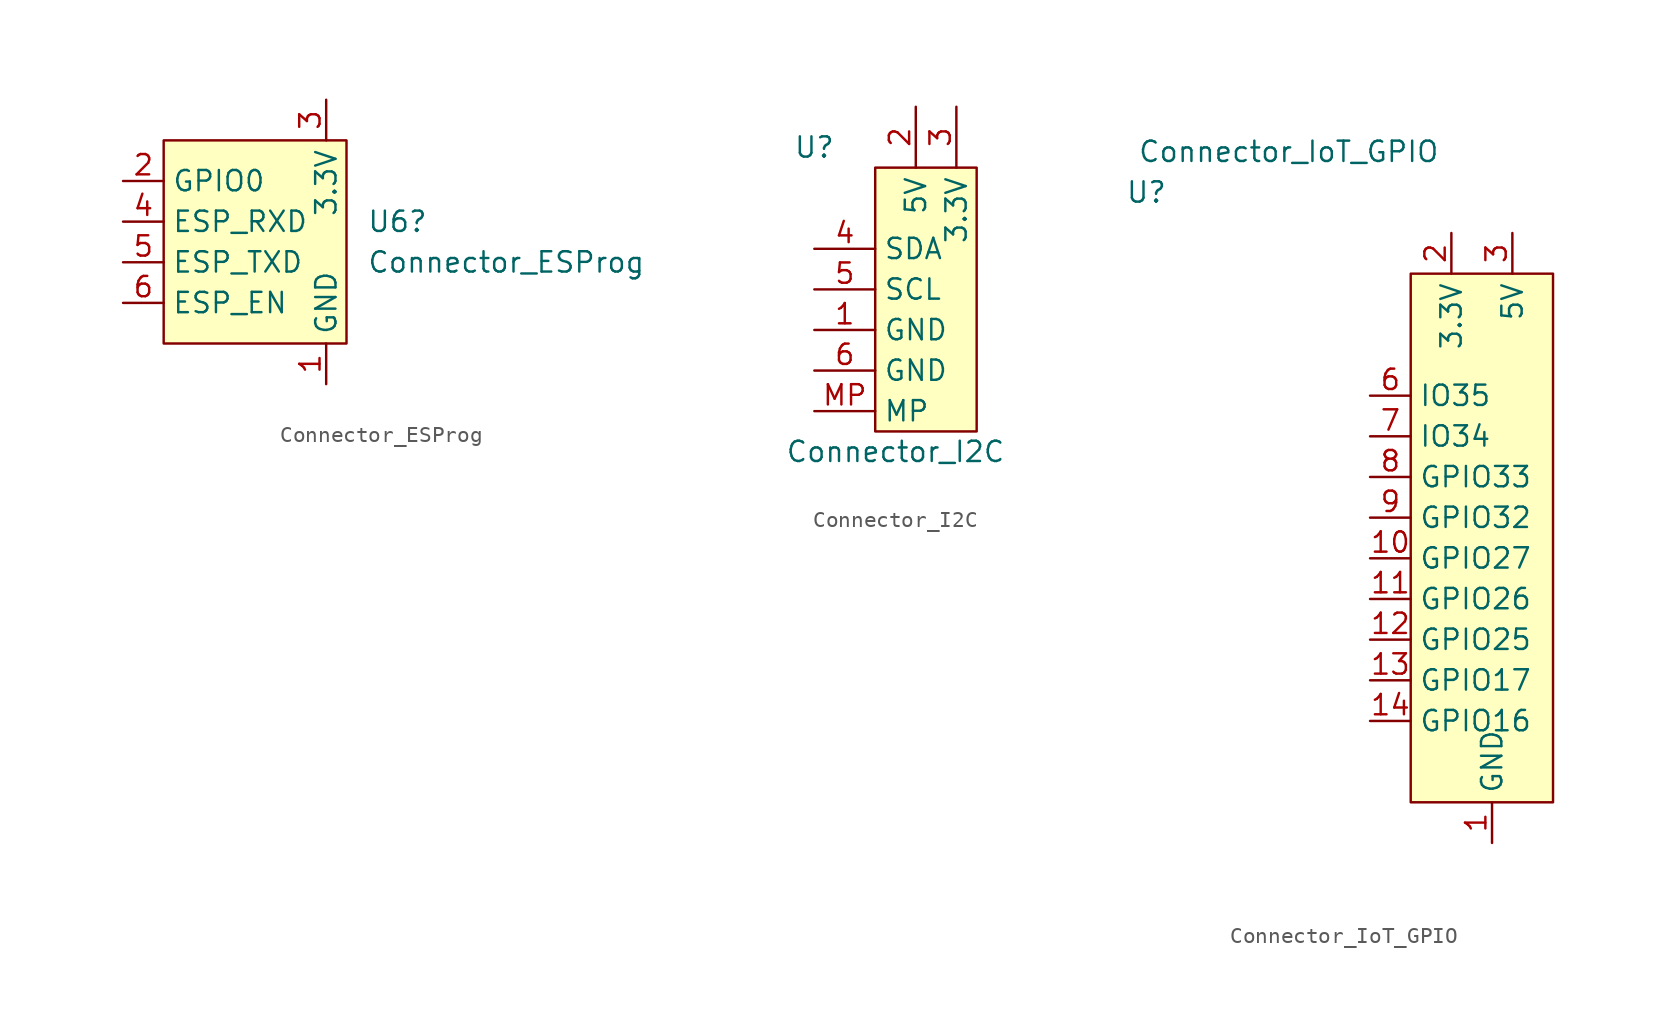
<source format=kicad_sym>
(kicad_symbol_lib
  (version 20211014)
  (generator kicad_symbol_editor)
  (symbol "Connector_ESProg"
    (property "Reference" "U6"
      (at 7.62 -8.89 0)
      (effects (font (size 1.27 1.27)) (justify left)))
    (property "Value" "Connector_ESProg"
      (at 7.62 -11.43 0)
      (effects (font (size 1.27 1.27)) (justify left)))
    (symbol "Connector_ESProg_0_1"
      (rectangle (start -5.08 -3.81) (end 6.35 -16.51) (stroke (width 0) (type default) (color 0 0 0 0)) (fill (type background))))
    (symbol "Connector_ESProg_1_1"
      (pin power_in line (at 5.08 -19.05 90) (length 2.54) (name "GND" (effects (font (size 1.27 1.27)))) (number "1" (effects (font (size 1.27 1.27)))))
      (pin bidirectional line (at -7.62 -6.35 0) (length 2.54) (name "GPIO0" (effects (font (size 1.27 1.27)))) (number "2" (effects (font (size 1.27 1.27)))))
      (pin power_in line (at 5.08 -1.27 270) (length 2.54) (name "3.3V" (effects (font (size 1.27 1.27)))) (number "3" (effects (font (size 1.27 1.27)))))
      (pin bidirectional line (at -7.62 -8.89 0) (length 2.54) (name "ESP_RXD" (effects (font (size 1.27 1.27)))) (number "4" (effects (font (size 1.27 1.27)))))
      (pin bidirectional line (at -7.62 -11.43 0) (length 2.54) (name "ESP_TXD" (effects (font (size 1.27 1.27)))) (number "5" (effects (font (size 1.27 1.27)))))
      (pin bidirectional line (at -7.62 -13.97 0) (length 2.54) (name "ESP_EN" (effects (font (size 1.27 1.27)))) (number "6" (effects (font (size 1.27 1.27)))))))
  (symbol "Connector_I2C"
    (property "Reference" "U"
      (at -5.08 1.27 0)
      (effects (font (size 1.27 1.27))))
    (property "Value" "Connector_I2C"
      (at 0 -17.78 0)
      (effects (font (size 1.27 1.27))))
    (symbol "Connector_I2C_0_1"
      (rectangle (start -1.27 0) (end 5.08 -16.51) (stroke (width 0) (type default) (color 0 0 0 0)) (fill (type background))))
    (symbol "Connector_I2C_1_1"
      (pin power_in line (at -5.08 -10.16 0) (length 3.81) (name "GND" (effects (font (size 1.27 1.27)))) (number "1" (effects (font (size 1.27 1.27)))))
      (pin power_in line (at 1.27 3.81 270) (length 3.81) (name "5V" (effects (font (size 1.27 1.27)))) (number "2" (effects (font (size 1.27 1.27)))))
      (pin power_in line (at 3.81 3.81 270) (length 3.81) (name "3.3V" (effects (font (size 1.27 1.27)))) (number "3" (effects (font (size 1.27 1.27)))))
      (pin bidirectional line (at -5.08 -5.08 0) (length 3.81) (name "SDA" (effects (font (size 1.27 1.27)))) (number "4" (effects (font (size 1.27 1.27)))))
      (pin bidirectional line (at -5.08 -7.62 0) (length 3.81) (name "SCL" (effects (font (size 1.27 1.27)))) (number "5" (effects (font (size 1.27 1.27)))))
      (pin power_in line (at -5.08 -12.7 0) (length 3.81) (name "GND" (effects (font (size 1.27 1.27)))) (number "6" (effects (font (size 1.27 1.27)))))
      (pin free line (at -5.08 -15.24 0) (length 3.81) (name "MP" (effects (font (size 1.27 1.27)))) (number "MP" (effects (font (size 1.27 1.27)))))))
  (symbol "Connector_IoT_GPIO"
    (property "Reference" "U"
      (at -20.32 8.89 0)
      (effects (font (size 1.27 1.27))))
    (property "Value" "Connector_IoT_GPIO"
      (at -11.43 11.43 0)
      (effects (font (size 1.27 1.27))))
    (symbol "Connector_IoT_GPIO_0_1"
      (rectangle (start -3.81 3.81) (end 5.08 -29.21) (stroke (width 0) (type default) (color 0 0 0 0)) (fill (type background))))
    (symbol "Connector_IoT_GPIO_1_1"
      (pin power_in line (at 1.27 -31.75 90) (length 2.54) (name "GND" (effects (font (size 1.27 1.27)))) (number "1" (effects (font (size 1.27 1.27)))))
      (pin bidirectional line (at -6.35 -13.97 0) (length 2.54) (name "GPIO27" (effects (font (size 1.27 1.27)))) (number "10" (effects (font (size 1.27 1.27)))))
      (pin bidirectional line (at -6.35 -16.51 0) (length 2.54) (name "GPIO26" (effects (font (size 1.27 1.27)))) (number "11" (effects (font (size 1.27 1.27)))))
      (pin bidirectional line (at -6.35 -19.05 0) (length 2.54) (name "GPIO25" (effects (font (size 1.27 1.27)))) (number "12" (effects (font (size 1.27 1.27)))))
      (pin bidirectional line (at -6.35 -21.59 0) (length 2.54) (name "GPIO17" (effects (font (size 1.27 1.27)))) (number "13" (effects (font (size 1.27 1.27)))))
      (pin bidirectional line (at -6.35 -24.13 0) (length 2.54) (name "GPIO16" (effects (font (size 1.27 1.27)))) (number "14" (effects (font (size 1.27 1.27)))))
      (pin power_in line (at -1.27 6.35 270) (length 2.54) (name "3.3V" (effects (font (size 1.27 1.27)))) (number "2" (effects (font (size 1.27 1.27)))))
      (pin power_in line (at 2.54 6.35 270) (length 2.54) (name "5V" (effects (font (size 1.27 1.27)))) (number "3" (effects (font (size 1.27 1.27)))))
      (pin bidirectional line (at -6.35 -3.81 0) (length 2.54) (name "IO35" (effects (font (size 1.27 1.27)))) (number "6" (effects (font (size 1.27 1.27)))))
      (pin bidirectional line (at -6.35 -6.35 0) (length 2.54) (name "IO34" (effects (font (size 1.27 1.27)))) (number "7" (effects (font (size 1.27 1.27)))))
      (pin bidirectional line (at -6.35 -8.89 0) (length 2.54) (name "GPIO33" (effects (font (size 1.27 1.27)))) (number "8" (effects (font (size 1.27 1.27)))))
      (pin bidirectional line (at -6.35 -11.43 0) (length 2.54) (name "GPIO32" (effects (font (size 1.27 1.27)))) (number "9" (effects (font (size 1.27 1.27))))))))
</source>
